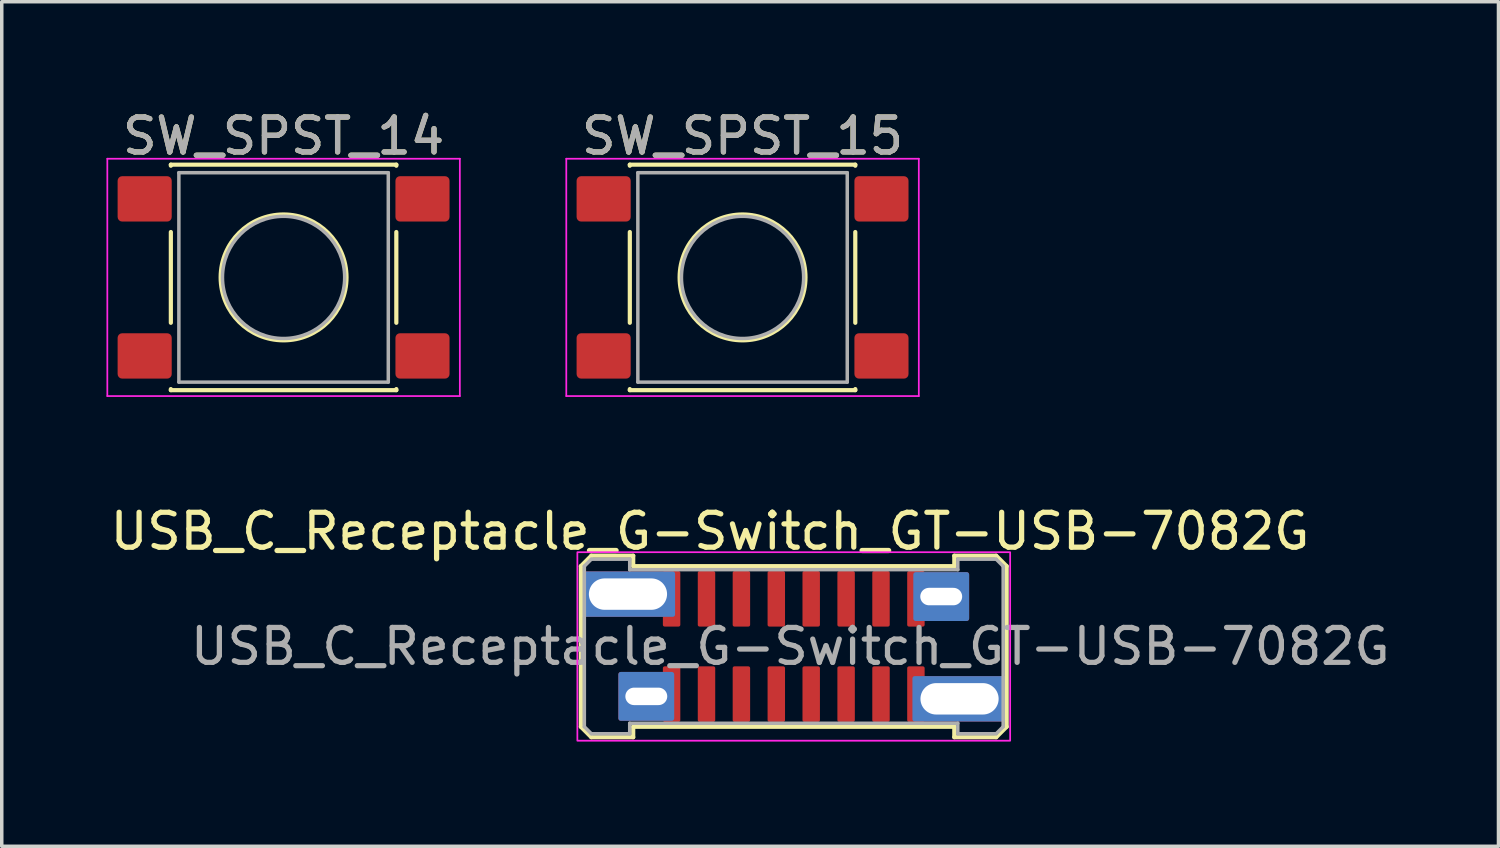
<source format=kicad_pcb>
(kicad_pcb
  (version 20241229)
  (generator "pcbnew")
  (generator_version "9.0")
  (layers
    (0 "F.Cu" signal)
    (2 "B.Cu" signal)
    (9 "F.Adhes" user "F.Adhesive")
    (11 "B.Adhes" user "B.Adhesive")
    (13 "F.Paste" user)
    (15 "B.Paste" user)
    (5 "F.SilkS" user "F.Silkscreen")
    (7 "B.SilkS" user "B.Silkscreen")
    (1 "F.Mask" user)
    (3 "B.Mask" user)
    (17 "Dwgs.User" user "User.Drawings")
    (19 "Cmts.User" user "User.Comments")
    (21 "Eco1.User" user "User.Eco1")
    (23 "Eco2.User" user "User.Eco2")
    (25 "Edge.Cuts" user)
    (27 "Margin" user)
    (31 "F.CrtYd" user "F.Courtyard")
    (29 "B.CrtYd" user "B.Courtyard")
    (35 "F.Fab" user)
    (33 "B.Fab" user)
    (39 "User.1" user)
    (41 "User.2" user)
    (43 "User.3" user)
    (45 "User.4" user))
  (footprint "USB_C_Receptacle_G-Switch_GT-USB-7082G"
    (layer "F.Cu")
    (at 19.692 15.472)
    (property "Reference" "USB_C_Receptacle_G-Switch_GT-USB-7082G" (at -2.4 -3.3 0) (layer "F.SilkS") (effects (font (size 1 1) (thickness 0.15))))
    (attr smd)
    (fp_line (start -6.1 -2.3) (end -6.1 2.3) (stroke (width 0.12) (type solid)) (layer "F.SilkS"))
    (fp_line (start -6.1 -2.3) (end -5.8 -2.6) (stroke (width 0.12) (type solid)) (layer "F.SilkS"))
    (fp_line (start -5.8 -2.6) (end -4.6 -2.6) (stroke (width 0.12) (type solid)) (layer "F.SilkS"))
    (fp_line (start -5.8 2.6) (end -6.1 2.3) (stroke (width 0.12) (type solid)) (layer "F.SilkS"))
    (fp_line (start -5.8 2.6) (end -4.6 2.6) (stroke (width 0.12) (type solid)) (layer "F.SilkS"))
    (fp_line (start -4.6 -2.6) (end -4.6 -2.3) (stroke (width 0.12) (type solid)) (layer "F.SilkS"))
    (fp_line (start -4.6 2.3) (end 4.6 2.3) (stroke (width 0.12) (type solid)) (layer "F.SilkS"))
    (fp_line (start -4.6 2.6) (end -4.6 2.3) (stroke (width 0.12) (type solid)) (layer "F.SilkS"))
    (fp_line (start 4.6 -2.6) (end 4.6 -2.3) (stroke (width 0.12) (type solid)) (layer "F.SilkS"))
    (fp_line (start 4.6 -2.3) (end -4.6 -2.3) (stroke (width 0.12) (type solid)) (layer "F.SilkS"))
    (fp_line (start 4.6 2.6) (end 4.6 2.3) (stroke (width 0.12) (type solid)) (layer "F.SilkS"))
    (fp_line (start 5.8 -2.6) (end 4.6 -2.6) (stroke (width 0.12) (type solid)) (layer "F.SilkS"))
    (fp_line (start 5.8 -2.6) (end 6.1 -2.3) (stroke (width 0.12) (type solid)) (layer "F.SilkS"))
    (fp_line (start 5.8 2.6) (end 4.6 2.6) (stroke (width 0.12) (type solid)) (layer "F.SilkS"))
    (fp_line (start 6.1 2.3) (end 5.8 2.6) (stroke (width 0.12) (type solid)) (layer "F.SilkS"))
    (fp_line (start 6.1 2.3) (end 6.1 -2.3) (stroke (width 0.12) (type solid)) (layer "F.SilkS"))
    (fp_rect (start -6.2 -2.7) (end 6.2 2.7) (stroke (width 0.05) (type solid)) (fill no) (layer "F.CrtYd"))
    (fp_line (start -6 -2.3) (end -5.8 -2.5) (stroke (width 0.1) (type solid)) (layer "F.Fab"))
    (fp_line (start -6 2.3) (end -6 -2.3) (stroke (width 0.1) (type solid)) (layer "F.Fab"))
    (fp_line (start -5.8 -2.5) (end -4.7 -2.5) (stroke (width 0.1) (type solid)) (layer "F.Fab"))
    (fp_line (start -5.8 2.5) (end -6 2.3) (stroke (width 0.1) (type solid)) (layer "F.Fab"))
    (fp_line (start -4.7 -2.5) (end -4.7 -2.2) (stroke (width 0.1) (type solid)) (layer "F.Fab"))
    (fp_line (start -4.7 -2.2) (end 4.7 -2.2) (stroke (width 0.1) (type solid)) (layer "F.Fab"))
    (fp_line (start -4.7 2.2) (end -4.7 2.5) (stroke (width 0.1) (type solid)) (layer "F.Fab"))
    (fp_line (start -4.7 2.5) (end -5.8 2.5) (stroke (width 0.1) (type solid)) (layer "F.Fab"))
    (fp_line (start 4.7 -2.5) (end 5.8 -2.5) (stroke (width 0.1) (type solid)) (layer "F.Fab"))
    (fp_line (start 4.7 -2.2) (end 4.7 -2.5) (stroke (width 0.1) (type solid)) (layer "F.Fab"))
    (fp_line (start 4.7 2.2) (end -4.7 2.2) (stroke (width 0.1) (type solid)) (layer "F.Fab"))
    (fp_line (start 4.7 2.5) (end 4.7 2.2) (stroke (width 0.1) (type solid)) (layer "F.Fab"))
    (fp_line (start 5.8 -2.5) (end 6 -2.3) (stroke (width 0.1) (type solid)) (layer "F.Fab"))
    (fp_line (start 5.8 2.5) (end 4.7 2.5) (stroke (width 0.1) (type solid)) (layer "F.Fab"))
    (fp_line (start 6 -2.3) (end 6 2.3) (stroke (width 0.1) (type solid)) (layer "F.Fab"))
    (fp_line (start 6 2.3) (end 5.8 2.5) (stroke (width 0.1) (type solid)) (layer "F.Fab"))
    (fp_text user "${REFERENCE}" (at -0.1 0 0) (layer "F.Fab") (effects (font (size 1 1) (thickness 0.15))))
    (pad "A1" smd roundrect (at 3.5 1.365 90) (size 1.59 0.5) (layers "F.Cu" "F.Mask" "F.Paste") (roundrect_rratio 0.1))
    (pad "A4" smd roundrect (at 2.5 1.365 90) (size 1.59 0.5) (layers "F.Cu" "F.Mask" "F.Paste") (roundrect_rratio 0.1))
    (pad "A5" smd roundrect (at 1.5 1.365 90) (size 1.59 0.5) (layers "F.Cu" "F.Mask" "F.Paste") (roundrect_rratio 0.1))
    (pad "A6" smd roundrect (at 0.5 1.365 90) (size 1.59 0.5) (layers "F.Cu" "F.Mask" "F.Paste") (roundrect_rratio 0.1))
    (pad "A7" smd roundrect (at -0.5 1.365 90) (size 1.59 0.5) (layers "F.Cu" "F.Mask" "F.Paste") (roundrect_rratio 0.1))
    (pad "A8" smd roundrect (at -1.5 1.365 90) (size 1.59 0.5) (layers "F.Cu" "F.Mask" "F.Paste") (roundrect_rratio 0.1))
    (pad "A9" smd roundrect (at -2.5 1.365 90) (size 1.59 0.5) (layers "F.Cu" "F.Mask" "F.Paste") (roundrect_rratio 0.1))
    (pad "A12" smd roundrect (at -3.5 1.365 90) (size 1.59 0.5) (layers "F.Cu" "F.Mask" "F.Paste") (roundrect_rratio 0.1))
    (pad "B1" smd roundrect (at -3.5 -1.365 90) (size 1.59 0.5) (layers "F.Cu" "F.Mask" "F.Paste") (roundrect_rratio 0.1))
    (pad "B4" smd roundrect (at -2.5 -1.365 90) (size 1.59 0.5) (layers "F.Cu" "F.Mask" "F.Paste") (roundrect_rratio 0.1))
    (pad "B5" smd roundrect (at -1.5 -1.365 90) (size 1.59 0.5) (layers "F.Cu" "F.Mask" "F.Paste") (roundrect_rratio 0.1))
    (pad "B6" smd roundrect (at -0.5 -1.365 90) (size 1.59 0.5) (layers "F.Cu" "F.Mask" "F.Paste") (roundrect_rratio 0.1))
    (pad "B7" smd roundrect (at 0.5 -1.365 90) (size 1.59 0.5) (layers "F.Cu" "F.Mask" "F.Paste") (roundrect_rratio 0.1))
    (pad "B8" smd roundrect (at 1.5 -1.365 90) (size 1.59 0.5) (layers "F.Cu" "F.Mask" "F.Paste") (roundrect_rratio 0.1))
    (pad "B9" smd roundrect (at 2.5 -1.365 90) (size 1.59 0.5) (layers "F.Cu" "F.Mask" "F.Paste") (roundrect_rratio 0.1))
    (pad "B12" smd roundrect (at 3.5 -1.365 90) (size 1.59 0.5) (layers "F.Cu" "F.Mask" "F.Paste") (roundrect_rratio 0.1))
    (pad "S1" thru_hole roundrect (at -4.75 -1.5) (size 2.7 1.3) (drill oval 2.24 0.9) (layers "*.Cu" "*.Mask") (roundrect_rratio 0.05))
    (pad "S1" thru_hole roundrect (at -4.225 1.43) (size 1.6 1.4) (drill oval 1.2 0.5) (layers "*.Cu" "*.Mask") (roundrect_rratio 0.05))
    (pad "S1" thru_hole roundrect (at 4.225 -1.43) (size 1.6 1.4) (drill oval 1.2 0.5) (layers "*.Cu" "*.Mask") (roundrect_rratio 0.05))
    (pad "S1" thru_hole roundrect (at 4.75 1.5) (size 2.7 1.3) (drill oval 2.24 0.9) (layers "*.Cu" "*.Mask") (roundrect_rratio 0.05)))
  (footprint "SW_SPST_15"
    (layer "F.Cu")
    (at 18.225 4.898)
    (property "Reference" "SW_SPST_15" (at 0 -4.05 0) (layer "F.SilkS") (effects (font (size 1 1) (thickness 0.15))))
    (attr smd)
    (fp_line (start -3.23 -3.23) (end 3.23 -3.23) (stroke (width 0.12) (type solid)) (layer "F.SilkS"))
    (fp_line (start -3.23 -3.2) (end -3.23 -3.23) (stroke (width 0.12) (type solid)) (layer "F.SilkS"))
    (fp_line (start -3.23 -1.3) (end -3.23 1.3) (stroke (width 0.12) (type solid)) (layer "F.SilkS"))
    (fp_line (start -3.23 3.23) (end -3.23 3.2) (stroke (width 0.12) (type solid)) (layer "F.SilkS"))
    (fp_line (start -3.23 3.23) (end 3.23 3.23) (stroke (width 0.12) (type solid)) (layer "F.SilkS"))
    (fp_line (start 3.23 -3.23) (end 3.23 -3.2) (stroke (width 0.12) (type solid)) (layer "F.SilkS"))
    (fp_line (start 3.23 -1.3) (end 3.23 1.3) (stroke (width 0.12) (type solid)) (layer "F.SilkS"))
    (fp_line (start 3.23 3.23) (end 3.23 3.2) (stroke (width 0.12) (type solid)) (layer "F.SilkS"))
    (fp_circle (center 0 0) (end -1 -1.5) (stroke (width 0.12) (type solid)) (fill no) (layer "F.SilkS"))
    (fp_line (start -5.05 -3.4) (end -5.05 3.4) (stroke (width 0.05) (type solid)) (layer "F.CrtYd"))
    (fp_line (start -5.05 -3.4) (end 5.05 -3.4) (stroke (width 0.05) (type solid)) (layer "F.CrtYd"))
    (fp_line (start -5.05 3.4) (end 5.05 3.4) (stroke (width 0.05) (type solid)) (layer "F.CrtYd"))
    (fp_line (start 5.05 3.4) (end 5.05 -3.4) (stroke (width 0.05) (type solid)) (layer "F.CrtYd"))
    (fp_line (start -3 -3) (end -3 3) (stroke (width 0.1) (type solid)) (layer "F.Fab"))
    (fp_line (start -3 3) (end 3 3) (stroke (width 0.1) (type solid)) (layer "F.Fab"))
    (fp_line (start 3 -3) (end -3 -3) (stroke (width 0.1) (type solid)) (layer "F.Fab"))
    (fp_line (start 3 3) (end 3 -3) (stroke (width 0.1) (type solid)) (layer "F.Fab"))
    (fp_circle (center 0 0) (end 1.75 -0.05) (stroke (width 0.1) (type solid)) (fill no) (layer "F.Fab"))
    (fp_text user "${REFERENCE}" (at 0 -4.05 0) (layer "F.Fab") (effects (font (size 1 1) (thickness 0.15))))
    (pad "1" smd roundrect (at -3.98 -2.25) (size 1.55 1.3) (layers "F.Cu" "F.Mask" "F.Paste") (roundrect_rratio 0.1))
    (pad "1" smd roundrect (at 3.98 -2.25) (size 1.55 1.3) (layers "F.Cu" "F.Mask" "F.Paste") (roundrect_rratio 0.1))
    (pad "2" smd roundrect (at -3.98 2.25) (size 1.55 1.3) (layers "F.Cu" "F.Mask" "F.Paste") (roundrect_rratio 0.1))
    (pad "2" smd roundrect (at 3.98 2.25) (size 1.55 1.3) (layers "F.Cu" "F.Mask" "F.Paste") (roundrect_rratio 0.1)))
  (footprint "SW_SPST_14"
    (layer "F.Cu")
    (at 5.075 4.898)
    (property "Reference" "SW_SPST_14" (at 0 -4.05 0) (layer "F.SilkS") (effects (font (size 1 1) (thickness 0.15))))
    (attr smd)
    (fp_line (start -3.23 -3.23) (end 3.23 -3.23) (stroke (width 0.12) (type solid)) (layer "F.SilkS"))
    (fp_line (start -3.23 -3.2) (end -3.23 -3.23) (stroke (width 0.12) (type solid)) (layer "F.SilkS"))
    (fp_line (start -3.23 -1.3) (end -3.23 1.3) (stroke (width 0.12) (type solid)) (layer "F.SilkS"))
    (fp_line (start -3.23 3.23) (end -3.23 3.2) (stroke (width 0.12) (type solid)) (layer "F.SilkS"))
    (fp_line (start -3.23 3.23) (end 3.23 3.23) (stroke (width 0.12) (type solid)) (layer "F.SilkS"))
    (fp_line (start 3.23 -3.23) (end 3.23 -3.2) (stroke (width 0.12) (type solid)) (layer "F.SilkS"))
    (fp_line (start 3.23 -1.3) (end 3.23 1.3) (stroke (width 0.12) (type solid)) (layer "F.SilkS"))
    (fp_line (start 3.23 3.23) (end 3.23 3.2) (stroke (width 0.12) (type solid)) (layer "F.SilkS"))
    (fp_circle (center 0 0) (end -1 -1.5) (stroke (width 0.12) (type solid)) (fill no) (layer "F.SilkS"))
    (fp_line (start -5.05 -3.4) (end -5.05 3.4) (stroke (width 0.05) (type solid)) (layer "F.CrtYd"))
    (fp_line (start -5.05 -3.4) (end 5.05 -3.4) (stroke (width 0.05) (type solid)) (layer "F.CrtYd"))
    (fp_line (start -5.05 3.4) (end 5.05 3.4) (stroke (width 0.05) (type solid)) (layer "F.CrtYd"))
    (fp_line (start 5.05 3.4) (end 5.05 -3.4) (stroke (width 0.05) (type solid)) (layer "F.CrtYd"))
    (fp_line (start -3 -3) (end -3 3) (stroke (width 0.1) (type solid)) (layer "F.Fab"))
    (fp_line (start -3 3) (end 3 3) (stroke (width 0.1) (type solid)) (layer "F.Fab"))
    (fp_line (start 3 -3) (end -3 -3) (stroke (width 0.1) (type solid)) (layer "F.Fab"))
    (fp_line (start 3 3) (end 3 -3) (stroke (width 0.1) (type solid)) (layer "F.Fab"))
    (fp_circle (center 0 0) (end 1.75 -0.05) (stroke (width 0.1) (type solid)) (fill no) (layer "F.Fab"))
    (fp_text user "${REFERENCE}" (at 0 -4.05 0) (layer "F.Fab") (effects (font (size 1 1) (thickness 0.15))))
    (pad "1" smd roundrect (at -3.98 -2.25) (size 1.55 1.3) (layers "F.Cu" "F.Mask" "F.Paste") (roundrect_rratio 0.1))
    (pad "1" smd roundrect (at 3.98 -2.25) (size 1.55 1.3) (layers "F.Cu" "F.Mask" "F.Paste") (roundrect_rratio 0.1))
    (pad "2" smd roundrect (at -3.98 2.25) (size 1.55 1.3) (layers "F.Cu" "F.Mask" "F.Paste") (roundrect_rratio 0.1))
    (pad "2" smd roundrect (at 3.98 2.25) (size 1.55 1.3) (layers "F.Cu" "F.Mask" "F.Paste") (roundrect_rratio 0.1)))
  (gr_rect
    (start -3 -3)
    (end 39.883 21.197)
    (stroke (width 0.1) (type default))
    (fill no)
    (layer "Edge.Cuts")))
</source>
